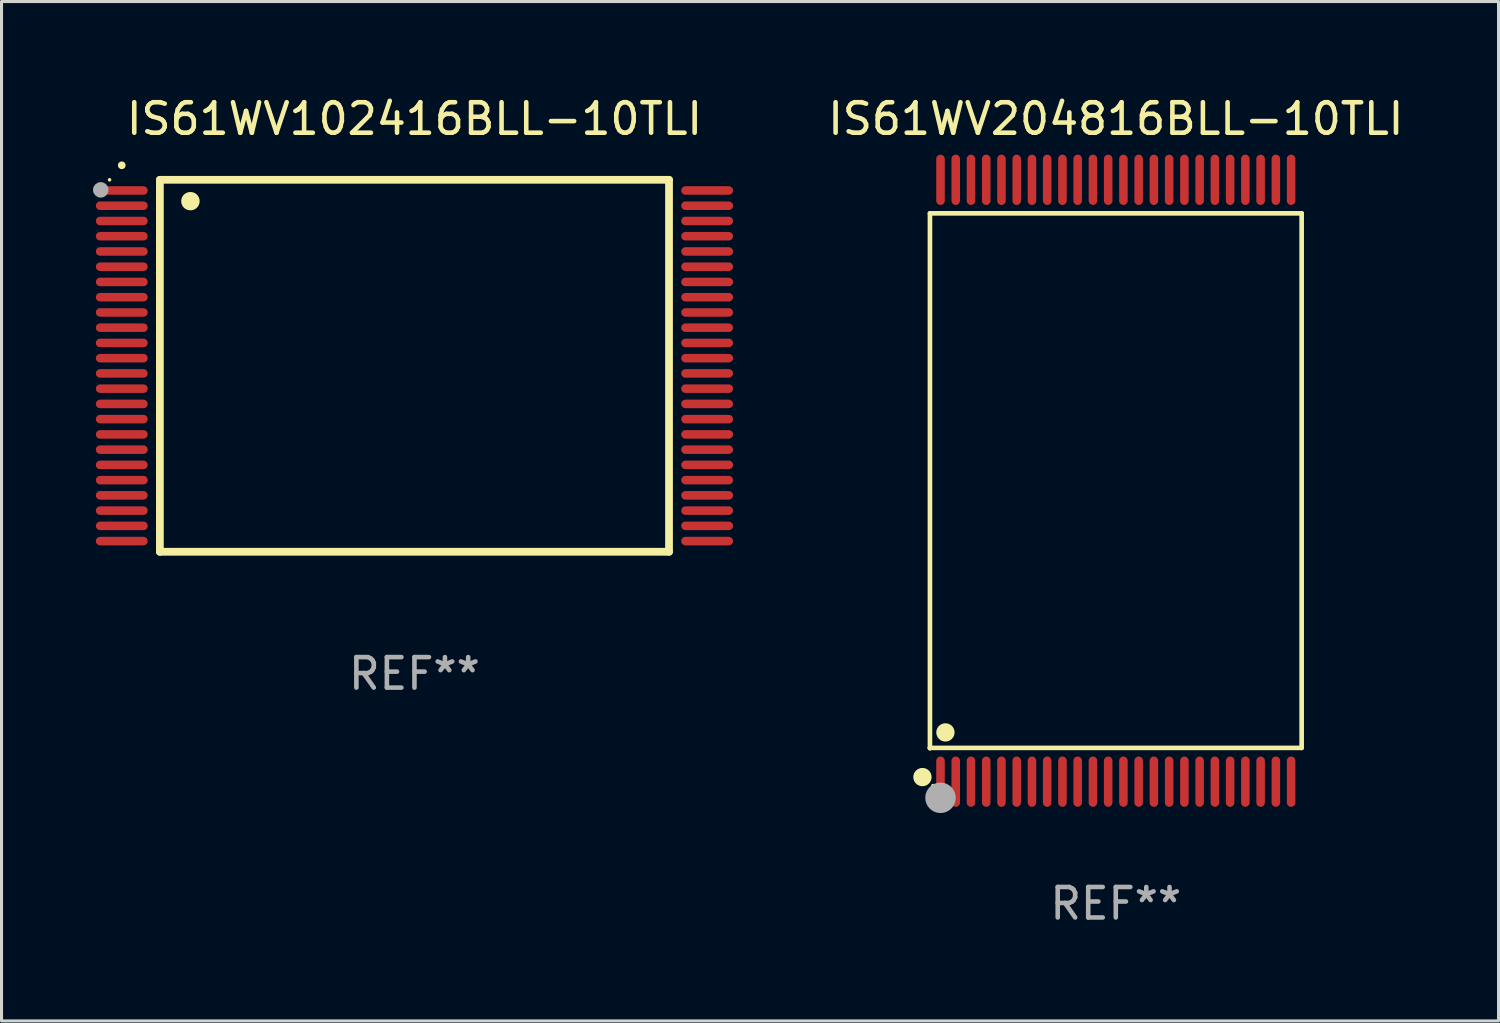
<source format=kicad_pcb>
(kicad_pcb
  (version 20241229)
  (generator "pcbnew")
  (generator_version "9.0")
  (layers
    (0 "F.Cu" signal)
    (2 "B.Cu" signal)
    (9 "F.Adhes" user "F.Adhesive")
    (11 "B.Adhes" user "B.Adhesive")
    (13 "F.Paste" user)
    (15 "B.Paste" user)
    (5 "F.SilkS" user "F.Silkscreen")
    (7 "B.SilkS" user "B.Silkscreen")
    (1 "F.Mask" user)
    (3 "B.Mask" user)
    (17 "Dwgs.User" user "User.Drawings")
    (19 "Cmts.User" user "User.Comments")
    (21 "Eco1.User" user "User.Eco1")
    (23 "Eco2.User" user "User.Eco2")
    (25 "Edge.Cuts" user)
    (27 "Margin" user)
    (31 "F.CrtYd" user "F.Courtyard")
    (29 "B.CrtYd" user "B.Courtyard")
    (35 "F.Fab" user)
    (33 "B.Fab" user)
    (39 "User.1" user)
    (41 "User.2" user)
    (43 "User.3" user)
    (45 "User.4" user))
  (footprint "IS61WV204816BLL-10TLI"
    (layer "F.Cu")
    (at 33.548 12.718)
    (property "Reference" "IS61WV204816BLL-10TLI" (at 0 -11.87 0) (layer "F.SilkS") (effects (font (size 1 1) (thickness 0.15))))
    (attr through_hole)
    (fp_line (start -6.096 -8.771) (end 6.096 -8.771) (stroke (width 0.152) (type solid)) (layer "F.SilkS"))
    (fp_line (start -6.096 8.763) (end -6.096 8.771) (stroke (width 0.152) (type solid)) (layer "F.SilkS"))
    (fp_line (start -6.096 8.771) (end -6.096 -8.771) (stroke (width 0.152) (type solid)) (layer "F.SilkS"))
    (fp_line (start 6.096 -8.771) (end 6.096 8.763) (stroke (width 0.152) (type solid)) (layer "F.SilkS"))
    (fp_line (start 6.096 8.763) (end -6.096 8.763) (stroke (width 0.152) (type solid)) (layer "F.SilkS"))
    (fp_circle (center -6.342 9.72) (end -6.192 9.72) (stroke (width 0.3) (type solid)) (fill no) (layer "F.SilkS"))
    (fp_circle (center -6 10) (end -5.97 10) (stroke (width 0.06) (type solid)) (fill no) (layer "F.SilkS"))
    (fp_circle (center -5.588 8.255) (end -5.438 8.255) (stroke (width 0.3) (type solid)) (fill no) (layer "F.SilkS"))
    (fp_circle (center -5.75 10.4) (end -5.5 10.4) (stroke (width 0.5) (type solid)) (fill no) (layer "F.Fab"))
    (fp_text user "REF**" (at 0 13.87 0) (layer "F.Fab") (effects (font (size 1 1) (thickness 0.15))))
    (pad "1" smd oval (at -5.75 9.87) (size 0.28 1.65) (layers "F.Cu" "F.Mask" "F.Paste"))
    (pad "2" smd oval (at -5.25 9.87) (size 0.28 1.65) (layers "F.Cu" "F.Mask" "F.Paste"))
    (pad "3" smd oval (at -4.75 9.87) (size 0.28 1.65) (layers "F.Cu" "F.Mask" "F.Paste"))
    (pad "4" smd oval (at -4.25 9.87) (size 0.28 1.65) (layers "F.Cu" "F.Mask" "F.Paste"))
    (pad "5" smd oval (at -3.75 9.87) (size 0.28 1.65) (layers "F.Cu" "F.Mask" "F.Paste"))
    (pad "6" smd oval (at -3.25 9.87) (size 0.28 1.65) (layers "F.Cu" "F.Mask" "F.Paste"))
    (pad "7" smd oval (at -2.75 9.87) (size 0.28 1.65) (layers "F.Cu" "F.Mask" "F.Paste"))
    (pad "8" smd oval (at -2.25 9.87) (size 0.28 1.65) (layers "F.Cu" "F.Mask" "F.Paste"))
    (pad "9" smd oval (at -1.75 9.87) (size 0.28 1.65) (layers "F.Cu" "F.Mask" "F.Paste"))
    (pad "10" smd oval (at -1.25 9.87) (size 0.28 1.65) (layers "F.Cu" "F.Mask" "F.Paste"))
    (pad "11" smd oval (at -0.75 9.87) (size 0.28 1.65) (layers "F.Cu" "F.Mask" "F.Paste"))
    (pad "12" smd oval (at -0.25 9.87) (size 0.28 1.65) (layers "F.Cu" "F.Mask" "F.Paste"))
    (pad "13" smd oval (at 0.25 9.87) (size 0.28 1.65) (layers "F.Cu" "F.Mask" "F.Paste"))
    (pad "14" smd oval (at 0.75 9.87) (size 0.28 1.65) (layers "F.Cu" "F.Mask" "F.Paste"))
    (pad "15" smd oval (at 1.25 9.87) (size 0.28 1.65) (layers "F.Cu" "F.Mask" "F.Paste"))
    (pad "16" smd oval (at 1.75 9.87) (size 0.28 1.65) (layers "F.Cu" "F.Mask" "F.Paste"))
    (pad "17" smd oval (at 2.25 9.87) (size 0.28 1.65) (layers "F.Cu" "F.Mask" "F.Paste"))
    (pad "18" smd oval (at 2.75 9.87) (size 0.28 1.65) (layers "F.Cu" "F.Mask" "F.Paste"))
    (pad "19" smd oval (at 3.25 9.87) (size 0.28 1.65) (layers "F.Cu" "F.Mask" "F.Paste"))
    (pad "20" smd oval (at 3.75 9.87) (size 0.28 1.65) (layers "F.Cu" "F.Mask" "F.Paste"))
    (pad "21" smd oval (at 4.25 9.87) (size 0.28 1.65) (layers "F.Cu" "F.Mask" "F.Paste"))
    (pad "22" smd oval (at 4.75 9.87) (size 0.28 1.65) (layers "F.Cu" "F.Mask" "F.Paste"))
    (pad "23" smd oval (at 5.25 9.87) (size 0.28 1.65) (layers "F.Cu" "F.Mask" "F.Paste"))
    (pad "24" smd oval (at 5.75 9.87) (size 0.28 1.65) (layers "F.Cu" "F.Mask" "F.Paste"))
    (pad "25" smd oval (at 5.75 -9.87) (size 0.28 1.65) (layers "F.Cu" "F.Mask" "F.Paste"))
    (pad "26" smd oval (at 5.25 -9.87) (size 0.28 1.65) (layers "F.Cu" "F.Mask" "F.Paste"))
    (pad "27" smd oval (at 4.75 -9.87) (size 0.28 1.65) (layers "F.Cu" "F.Mask" "F.Paste"))
    (pad "28" smd oval (at 4.25 -9.87) (size 0.28 1.65) (layers "F.Cu" "F.Mask" "F.Paste"))
    (pad "29" smd oval (at 3.75 -9.87) (size 0.28 1.65) (layers "F.Cu" "F.Mask" "F.Paste"))
    (pad "30" smd oval (at 3.25 -9.87) (size 0.28 1.65) (layers "F.Cu" "F.Mask" "F.Paste"))
    (pad "31" smd oval (at 2.75 -9.87) (size 0.28 1.65) (layers "F.Cu" "F.Mask" "F.Paste"))
    (pad "32" smd oval (at 2.25 -9.87) (size 0.28 1.65) (layers "F.Cu" "F.Mask" "F.Paste"))
    (pad "33" smd oval (at 1.75 -9.87) (size 0.28 1.65) (layers "F.Cu" "F.Mask" "F.Paste"))
    (pad "34" smd oval (at 1.25 -9.87) (size 0.28 1.65) (layers "F.Cu" "F.Mask" "F.Paste"))
    (pad "35" smd oval (at 0.75 -9.87) (size 0.28 1.65) (layers "F.Cu" "F.Mask" "F.Paste"))
    (pad "36" smd oval (at 0.25 -9.87) (size 0.28 1.65) (layers "F.Cu" "F.Mask" "F.Paste"))
    (pad "37" smd oval (at -0.25 -9.87) (size 0.28 1.65) (layers "F.Cu" "F.Mask" "F.Paste"))
    (pad "38" smd oval (at -0.75 -9.87) (size 0.28 1.65) (layers "F.Cu" "F.Mask" "F.Paste"))
    (pad "39" smd oval (at -1.25 -9.87) (size 0.28 1.65) (layers "F.Cu" "F.Mask" "F.Paste"))
    (pad "40" smd oval (at -1.75 -9.87) (size 0.28 1.65) (layers "F.Cu" "F.Mask" "F.Paste"))
    (pad "41" smd oval (at -2.25 -9.87) (size 0.28 1.65) (layers "F.Cu" "F.Mask" "F.Paste"))
    (pad "42" smd oval (at -2.75 -9.87) (size 0.28 1.65) (layers "F.Cu" "F.Mask" "F.Paste"))
    (pad "43" smd oval (at -3.25 -9.87) (size 0.28 1.65) (layers "F.Cu" "F.Mask" "F.Paste"))
    (pad "44" smd oval (at -3.75 -9.87) (size 0.28 1.65) (layers "F.Cu" "F.Mask" "F.Paste"))
    (pad "45" smd oval (at -4.25 -9.87) (size 0.28 1.65) (layers "F.Cu" "F.Mask" "F.Paste"))
    (pad "46" smd oval (at -4.75 -9.87) (size 0.28 1.65) (layers "F.Cu" "F.Mask" "F.Paste"))
    (pad "47" smd oval (at -5.25 -9.87) (size 0.28 1.65) (layers "F.Cu" "F.Mask" "F.Paste"))
    (pad "48" smd oval (at -5.75 -9.87) (size 0.28 1.65) (layers "F.Cu" "F.Mask" "F.Paste")))
  (footprint "IS61WV102416BLL-10TLI"
    (layer "F.Cu")
    (at 10.544 8.948)
    (property "Reference" "IS61WV102416BLL-10TLI" (at 0 -8.1 0) (layer "F.SilkS") (effects (font (size 1 1) (thickness 0.15))))
    (attr through_hole)
    (fp_line (start -8.35 -6.1) (end 8.35 -6.1) (stroke (width 0.254) (type solid)) (layer "F.SilkS"))
    (fp_line (start -8.35 6.1) (end -8.35 -6.1) (stroke (width 0.254) (type solid)) (layer "F.SilkS"))
    (fp_line (start 8.35 -6.1) (end 8.35 6.1) (stroke (width 0.254) (type solid)) (layer "F.SilkS"))
    (fp_line (start 8.35 6.1) (end -8.35 6.1) (stroke (width 0.254) (type solid)) (layer "F.SilkS"))
    (fp_arc (start -9.601219 -6.57606) (mid -9.599949 -6.576066) (end -9.598679 -6.57606) (stroke (width 0.25) (type solid)) (layer "F.SilkS"))
    (fp_arc (start -7.350775 -5.400038) (mid -7.348235 -5.400049) (end -7.345695 -5.400038) (stroke (width 0.6) (type solid)) (layer "F.SilkS"))
    (fp_circle (center -10 -6.1) (end -9.97 -6.1) (stroke (width 0.06) (type solid)) (fill no) (layer "F.SilkS"))
    (fp_circle (center -10.29 -5.77) (end -10.163 -5.77) (stroke (width 0.254) (type solid)) (fill no) (layer "F.Fab"))
    (fp_text user "REF**" (at 0 10.1 0) (layer "F.Fab") (effects (font (size 1 1) (thickness 0.15))))
    (pad "1" smd oval (at -9.6 -5.75 90) (size 0.28 1.7) (layers "F.Cu" "F.Mask" "F.Paste"))
    (pad "2" smd oval (at -9.6 -5.25 90) (size 0.28 1.7) (layers "F.Cu" "F.Mask" "F.Paste"))
    (pad "3" smd oval (at -9.6 -4.75 90) (size 0.28 1.7) (layers "F.Cu" "F.Mask" "F.Paste"))
    (pad "4" smd oval (at -9.6 -4.25 90) (size 0.28 1.7) (layers "F.Cu" "F.Mask" "F.Paste"))
    (pad "5" smd oval (at -9.6 -3.75 90) (size 0.28 1.7) (layers "F.Cu" "F.Mask" "F.Paste"))
    (pad "6" smd oval (at -9.6 -3.25 90) (size 0.28 1.7) (layers "F.Cu" "F.Mask" "F.Paste"))
    (pad "7" smd oval (at -9.6 -2.75 90) (size 0.28 1.7) (layers "F.Cu" "F.Mask" "F.Paste"))
    (pad "8" smd oval (at -9.6 -2.25 90) (size 0.28 1.7) (layers "F.Cu" "F.Mask" "F.Paste"))
    (pad "9" smd oval (at -9.6 -1.75 90) (size 0.28 1.7) (layers "F.Cu" "F.Mask" "F.Paste"))
    (pad "10" smd oval (at -9.6 -1.25 90) (size 0.28 1.7) (layers "F.Cu" "F.Mask" "F.Paste"))
    (pad "11" smd oval (at -9.6 -0.75 90) (size 0.28 1.7) (layers "F.Cu" "F.Mask" "F.Paste"))
    (pad "12" smd oval (at -9.6 -0.25 90) (size 0.28 1.7) (layers "F.Cu" "F.Mask" "F.Paste"))
    (pad "13" smd oval (at -9.6 0.25 90) (size 0.28 1.7) (layers "F.Cu" "F.Mask" "F.Paste"))
    (pad "14" smd oval (at -9.6 0.75 90) (size 0.28 1.7) (layers "F.Cu" "F.Mask" "F.Paste"))
    (pad "15" smd oval (at -9.6 1.25 90) (size 0.28 1.7) (layers "F.Cu" "F.Mask" "F.Paste"))
    (pad "16" smd oval (at -9.6 1.75 90) (size 0.28 1.7) (layers "F.Cu" "F.Mask" "F.Paste"))
    (pad "17" smd oval (at -9.6 2.25 90) (size 0.28 1.7) (layers "F.Cu" "F.Mask" "F.Paste"))
    (pad "18" smd oval (at -9.6 2.75 90) (size 0.28 1.7) (layers "F.Cu" "F.Mask" "F.Paste"))
    (pad "19" smd oval (at -9.6 3.25 90) (size 0.28 1.7) (layers "F.Cu" "F.Mask" "F.Paste"))
    (pad "20" smd oval (at -9.6 3.75 90) (size 0.28 1.7) (layers "F.Cu" "F.Mask" "F.Paste"))
    (pad "21" smd oval (at -9.6 4.25 90) (size 0.28 1.7) (layers "F.Cu" "F.Mask" "F.Paste"))
    (pad "22" smd oval (at -9.6 4.75 90) (size 0.28 1.7) (layers "F.Cu" "F.Mask" "F.Paste"))
    (pad "23" smd oval (at -9.6 5.25 90) (size 0.28 1.7) (layers "F.Cu" "F.Mask" "F.Paste"))
    (pad "24" smd oval (at -9.6 5.75 90) (size 0.28 1.7) (layers "F.Cu" "F.Mask" "F.Paste"))
    (pad "25" smd oval (at 9.6 5.75 90) (size 0.28 1.7) (layers "F.Cu" "F.Mask" "F.Paste"))
    (pad "26" smd oval (at 9.6 5.25 90) (size 0.28 1.7) (layers "F.Cu" "F.Mask" "F.Paste"))
    (pad "27" smd oval (at 9.6 4.75 90) (size 0.28 1.7) (layers "F.Cu" "F.Mask" "F.Paste"))
    (pad "28" smd oval (at 9.6 4.25 90) (size 0.28 1.7) (layers "F.Cu" "F.Mask" "F.Paste"))
    (pad "29" smd oval (at 9.6 3.75 90) (size 0.28 1.7) (layers "F.Cu" "F.Mask" "F.Paste"))
    (pad "30" smd oval (at 9.6 3.25 90) (size 0.28 1.7) (layers "F.Cu" "F.Mask" "F.Paste"))
    (pad "31" smd oval (at 9.6 2.75 90) (size 0.28 1.7) (layers "F.Cu" "F.Mask" "F.Paste"))
    (pad "32" smd oval (at 9.6 2.25 90) (size 0.28 1.7) (layers "F.Cu" "F.Mask" "F.Paste"))
    (pad "33" smd oval (at 9.6 1.75 90) (size 0.28 1.7) (layers "F.Cu" "F.Mask" "F.Paste"))
    (pad "34" smd oval (at 9.6 1.25 90) (size 0.28 1.7) (layers "F.Cu" "F.Mask" "F.Paste"))
    (pad "35" smd oval (at 9.6 0.75 90) (size 0.28 1.7) (layers "F.Cu" "F.Mask" "F.Paste"))
    (pad "36" smd oval (at 9.6 0.25 90) (size 0.28 1.7) (layers "F.Cu" "F.Mask" "F.Paste"))
    (pad "37" smd oval (at 9.6 -0.25 90) (size 0.28 1.7) (layers "F.Cu" "F.Mask" "F.Paste"))
    (pad "38" smd oval (at 9.6 -0.75 90) (size 0.28 1.7) (layers "F.Cu" "F.Mask" "F.Paste"))
    (pad "39" smd oval (at 9.6 -1.25 90) (size 0.28 1.7) (layers "F.Cu" "F.Mask" "F.Paste"))
    (pad "40" smd oval (at 9.6 -1.75 90) (size 0.28 1.7) (layers "F.Cu" "F.Mask" "F.Paste"))
    (pad "41" smd oval (at 9.6 -2.25 90) (size 0.28 1.7) (layers "F.Cu" "F.Mask" "F.Paste"))
    (pad "42" smd oval (at 9.6 -2.75 90) (size 0.28 1.7) (layers "F.Cu" "F.Mask" "F.Paste"))
    (pad "43" smd oval (at 9.6 -3.25 90) (size 0.28 1.7) (layers "F.Cu" "F.Mask" "F.Paste"))
    (pad "44" smd oval (at 9.6 -3.75 90) (size 0.28 1.7) (layers "F.Cu" "F.Mask" "F.Paste"))
    (pad "45" smd oval (at 9.6 -4.25 90) (size 0.28 1.7) (layers "F.Cu" "F.Mask" "F.Paste"))
    (pad "46" smd oval (at 9.6 -4.75 90) (size 0.28 1.7) (layers "F.Cu" "F.Mask" "F.Paste"))
    (pad "47" smd oval (at 9.6 -5.25 90) (size 0.28 1.7) (layers "F.Cu" "F.Mask" "F.Paste"))
    (pad "48" smd oval (at 9.6 -5.75 90) (size 0.28 1.7) (layers "F.Cu" "F.Mask" "F.Paste")))
  (gr_rect
    (start -3 -3)
    (end 46.101 30.437)
    (stroke (width 0.1) (type default))
    (fill no)
    (layer "Edge.Cuts")))
</source>
